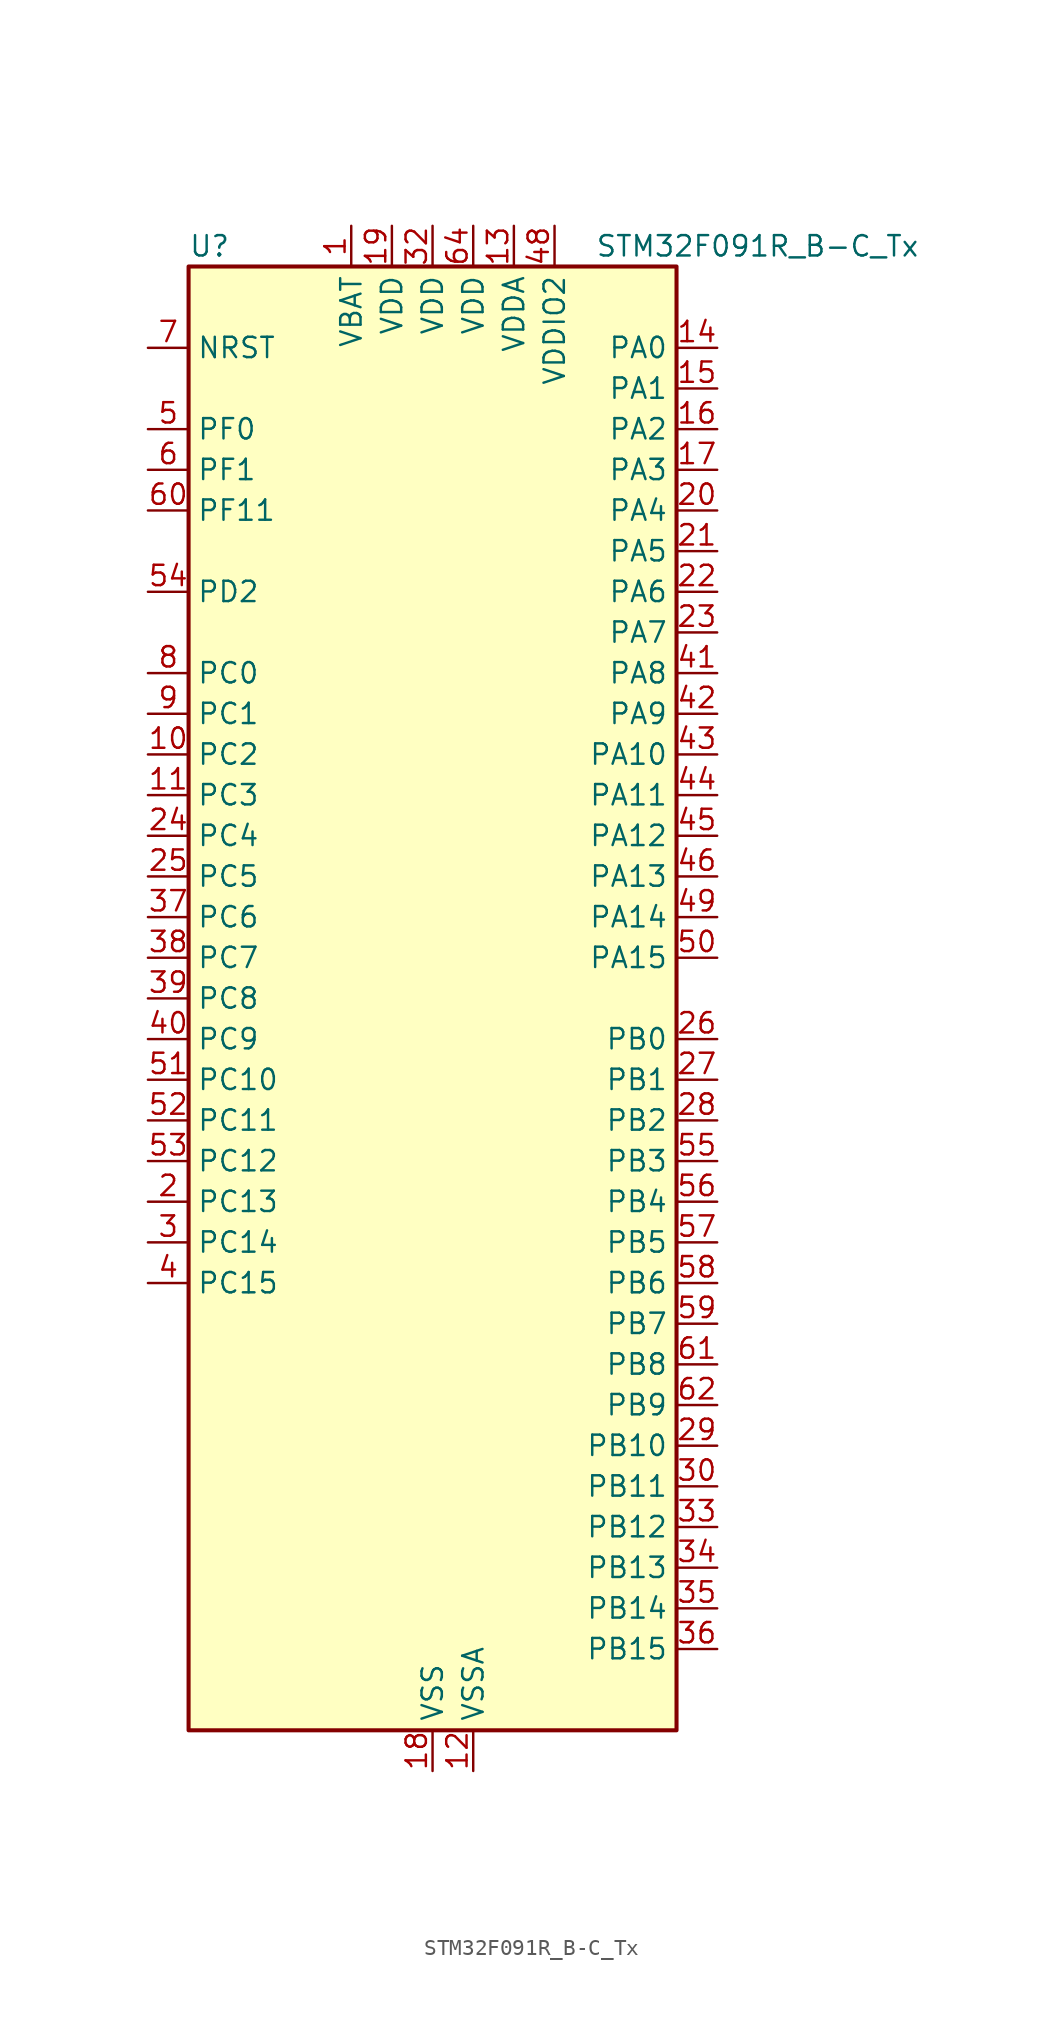
<source format=kicad_sym>
(kicad_symbol_lib
  (version 20241209)
  (generator "kicad_symbol_editor")
  (generator_version "9.0")
  (symbol "STM32F091R_B-C_Tx"
    (property "Reference" "U"
      (at -15.24 46.99 0)
      (effects (font (size 1.27 1.27)) (justify left)))
    (property "Value" "STM32F091R_B-C_Tx"
      (at 10.16 46.99 0)
      (effects (font (size 1.27 1.27)) (justify left)))
    (symbol "STM32F091R_B-C_Tx_0_1"
      (rectangle (start -15.24 -45.72) (end 15.24 45.72) (stroke (width 0.254) (type default)) (fill (type background))))
    (symbol "STM32F091R_B-C_Tx_1_1"
      (pin input line (at -17.78 40.64 0) (length 2.54) (name "NRST" (effects (font (size 1.27 1.27)))) (number "7" (effects (font (size 1.27 1.27)))))
      (pin bidirectional line (at -17.78 35.56 0) (length 2.54) (name "PF0" (effects (font (size 1.27 1.27)))) (number "5" (effects (font (size 1.27 1.27)))) (alternate "CRS_SYNC" bidirectional line) (alternate "I2C1_SDA" bidirectional line) (alternate "RCC_OSC_IN" bidirectional line))
      (pin bidirectional line (at -17.78 33.02 0) (length 2.54) (name "PF1" (effects (font (size 1.27 1.27)))) (number "6" (effects (font (size 1.27 1.27)))) (alternate "I2C1_SCL" bidirectional line) (alternate "RCC_OSC_OUT" bidirectional line))
      (pin bidirectional line (at -17.78 30.48 0) (length 2.54) (name "PF11" (effects (font (size 1.27 1.27)))) (number "60" (effects (font (size 1.27 1.27)))))
      (pin bidirectional line (at -17.78 25.4 0) (length 2.54) (name "PD2" (effects (font (size 1.27 1.27)))) (number "54" (effects (font (size 1.27 1.27)))) (alternate "TIM3_ETR" bidirectional line) (alternate "USART3_DE" bidirectional line) (alternate "USART3_RTS" bidirectional line) (alternate "USART5_RX" bidirectional line))
      (pin bidirectional line (at -17.78 20.32 0) (length 2.54) (name "PC0" (effects (font (size 1.27 1.27)))) (number "8" (effects (font (size 1.27 1.27)))) (alternate "ADC_IN10" bidirectional line) (alternate "USART6_TX" bidirectional line) (alternate "USART7_TX" bidirectional line))
      (pin bidirectional line (at -17.78 17.78 0) (length 2.54) (name "PC1" (effects (font (size 1.27 1.27)))) (number "9" (effects (font (size 1.27 1.27)))) (alternate "ADC_IN11" bidirectional line) (alternate "USART6_RX" bidirectional line) (alternate "USART7_RX" bidirectional line))
      (pin bidirectional line (at -17.78 15.24 0) (length 2.54) (name "PC2" (effects (font (size 1.27 1.27)))) (number "10" (effects (font (size 1.27 1.27)))) (alternate "ADC_IN12" bidirectional line) (alternate "I2S2_MCK" bidirectional line) (alternate "SPI2_MISO" bidirectional line) (alternate "USART8_TX" bidirectional line))
      (pin bidirectional line (at -17.78 12.7 0) (length 2.54) (name "PC3" (effects (font (size 1.27 1.27)))) (number "11" (effects (font (size 1.27 1.27)))) (alternate "ADC_IN13" bidirectional line) (alternate "I2S2_SD" bidirectional line) (alternate "SPI2_MOSI" bidirectional line) (alternate "USART8_RX" bidirectional line))
      (pin bidirectional line (at -17.78 10.16 0) (length 2.54) (name "PC4" (effects (font (size 1.27 1.27)))) (number "24" (effects (font (size 1.27 1.27)))) (alternate "ADC_IN14" bidirectional line) (alternate "USART3_TX" bidirectional line))
      (pin bidirectional line (at -17.78 7.62 0) (length 2.54) (name "PC5" (effects (font (size 1.27 1.27)))) (number "25" (effects (font (size 1.27 1.27)))) (alternate "ADC_IN15" bidirectional line) (alternate "SYS_WKUP5" bidirectional line) (alternate "TSC_G3_IO1" bidirectional line) (alternate "USART3_RX" bidirectional line))
      (pin bidirectional line (at -17.78 5.08 0) (length 2.54) (name "PC6" (effects (font (size 1.27 1.27)))) (number "37" (effects (font (size 1.27 1.27)))) (alternate "TIM3_CH1" bidirectional line) (alternate "USART7_TX" bidirectional line))
      (pin bidirectional line (at -17.78 2.54 0) (length 2.54) (name "PC7" (effects (font (size 1.27 1.27)))) (number "38" (effects (font (size 1.27 1.27)))) (alternate "TIM3_CH2" bidirectional line) (alternate "USART7_RX" bidirectional line))
      (pin bidirectional line (at -17.78 0 0) (length 2.54) (name "PC8" (effects (font (size 1.27 1.27)))) (number "39" (effects (font (size 1.27 1.27)))) (alternate "TIM3_CH3" bidirectional line) (alternate "USART8_TX" bidirectional line))
      (pin bidirectional line (at -17.78 -2.54 0) (length 2.54) (name "PC9" (effects (font (size 1.27 1.27)))) (number "40" (effects (font (size 1.27 1.27)))) (alternate "DAC_EXTI9" bidirectional line) (alternate "TIM3_CH4" bidirectional line) (alternate "USART8_RX" bidirectional line))
      (pin bidirectional line (at -17.78 -5.08 0) (length 2.54) (name "PC10" (effects (font (size 1.27 1.27)))) (number "51" (effects (font (size 1.27 1.27)))) (alternate "USART3_TX" bidirectional line) (alternate "USART4_TX" bidirectional line))
      (pin bidirectional line (at -17.78 -7.62 0) (length 2.54) (name "PC11" (effects (font (size 1.27 1.27)))) (number "52" (effects (font (size 1.27 1.27)))) (alternate "USART3_RX" bidirectional line) (alternate "USART4_RX" bidirectional line))
      (pin bidirectional line (at -17.78 -10.16 0) (length 2.54) (name "PC12" (effects (font (size 1.27 1.27)))) (number "53" (effects (font (size 1.27 1.27)))) (alternate "USART3_CK" bidirectional line) (alternate "USART4_CK" bidirectional line) (alternate "USART5_TX" bidirectional line))
      (pin bidirectional line (at -17.78 -12.7 0) (length 2.54) (name "PC13" (effects (font (size 1.27 1.27)))) (number "2" (effects (font (size 1.27 1.27)))) (alternate "RTC_OUT_ALARM" bidirectional line) (alternate "RTC_OUT_CALIB" bidirectional line) (alternate "RTC_TAMP1" bidirectional line) (alternate "RTC_TS" bidirectional line) (alternate "SYS_WKUP2" bidirectional line))
      (pin bidirectional line (at -17.78 -15.24 0) (length 2.54) (name "PC14" (effects (font (size 1.27 1.27)))) (number "3" (effects (font (size 1.27 1.27)))) (alternate "RCC_OSC32_IN" bidirectional line))
      (pin bidirectional line (at -17.78 -17.78 0) (length 2.54) (name "PC15" (effects (font (size 1.27 1.27)))) (number "4" (effects (font (size 1.27 1.27)))) (alternate "RCC_OSC32_OUT" bidirectional line))
      (pin power_in line (at -5.08 48.26 270) (length 2.54) (name "VBAT" (effects (font (size 1.27 1.27)))) (number "1" (effects (font (size 1.27 1.27)))))
      (pin power_in line (at -2.54 48.26 270) (length 2.54) (name "VDD" (effects (font (size 1.27 1.27)))) (number "19" (effects (font (size 1.27 1.27)))))
      (pin power_in line (at 0 48.26 270) (length 2.54) (name "VDD" (effects (font (size 1.27 1.27)))) (number "32" (effects (font (size 1.27 1.27)))))
      (pin power_in line (at 0 -48.26 90) (length 2.54) (name "VSS" (effects (font (size 1.27 1.27)))) (number "18" (effects (font (size 1.27 1.27)))))
      (pin passive line (at 0 -48.26 90) (length 2.54) (hide yes) (name "VSS" (effects (font (size 1.27 1.27)))) (number "31" (effects (font (size 1.27 1.27)))))
      (pin passive line (at 0 -48.26 90) (length 2.54) (hide yes) (name "VSS" (effects (font (size 1.27 1.27)))) (number "47" (effects (font (size 1.27 1.27)))))
      (pin passive line (at 0 -48.26 90) (length 2.54) (hide yes) (name "VSS" (effects (font (size 1.27 1.27)))) (number "63" (effects (font (size 1.27 1.27)))))
      (pin power_in line (at 2.54 48.26 270) (length 2.54) (name "VDD" (effects (font (size 1.27 1.27)))) (number "64" (effects (font (size 1.27 1.27)))))
      (pin power_in line (at 2.54 -48.26 90) (length 2.54) (name "VSSA" (effects (font (size 1.27 1.27)))) (number "12" (effects (font (size 1.27 1.27)))))
      (pin power_in line (at 5.08 48.26 270) (length 2.54) (name "VDDA" (effects (font (size 1.27 1.27)))) (number "13" (effects (font (size 1.27 1.27)))))
      (pin power_in line (at 7.62 48.26 270) (length 2.54) (name "VDDIO2" (effects (font (size 1.27 1.27)))) (number "48" (effects (font (size 1.27 1.27)))))
      (pin bidirectional line (at 17.78 40.64 180) (length 2.54) (name "PA0" (effects (font (size 1.27 1.27)))) (number "14" (effects (font (size 1.27 1.27)))) (alternate "ADC_IN0" bidirectional line) (alternate "COMP1_INM" bidirectional line) (alternate "COMP1_OUT" bidirectional line) (alternate "RTC_TAMP2" bidirectional line) (alternate "SYS_WKUP1" bidirectional line) (alternate "TIM2_CH1" bidirectional line) (alternate "TIM2_ETR" bidirectional line) (alternate "TSC_G1_IO1" bidirectional line) (alternate "USART2_CTS" bidirectional line) (alternate "USART4_TX" bidirectional line))
      (pin bidirectional line (at 17.78 38.1 180) (length 2.54) (name "PA1" (effects (font (size 1.27 1.27)))) (number "15" (effects (font (size 1.27 1.27)))) (alternate "ADC_IN1" bidirectional line) (alternate "COMP1_INP" bidirectional line) (alternate "TIM15_CH1N" bidirectional line) (alternate "TIM2_CH2" bidirectional line) (alternate "TSC_G1_IO2" bidirectional line) (alternate "USART2_DE" bidirectional line) (alternate "USART2_RTS" bidirectional line) (alternate "USART4_RX" bidirectional line))
      (pin bidirectional line (at 17.78 35.56 180) (length 2.54) (name "PA2" (effects (font (size 1.27 1.27)))) (number "16" (effects (font (size 1.27 1.27)))) (alternate "ADC_IN2" bidirectional line) (alternate "COMP2_INM" bidirectional line) (alternate "COMP2_OUT" bidirectional line) (alternate "SYS_WKUP4" bidirectional line) (alternate "TIM15_CH1" bidirectional line) (alternate "TIM2_CH3" bidirectional line) (alternate "TSC_G1_IO3" bidirectional line) (alternate "USART2_TX" bidirectional line))
      (pin bidirectional line (at 17.78 33.02 180) (length 2.54) (name "PA3" (effects (font (size 1.27 1.27)))) (number "17" (effects (font (size 1.27 1.27)))) (alternate "ADC_IN3" bidirectional line) (alternate "COMP2_INP" bidirectional line) (alternate "TIM15_CH2" bidirectional line) (alternate "TIM2_CH4" bidirectional line) (alternate "TSC_G1_IO4" bidirectional line) (alternate "USART2_RX" bidirectional line))
      (pin bidirectional line (at 17.78 30.48 180) (length 2.54) (name "PA4" (effects (font (size 1.27 1.27)))) (number "20" (effects (font (size 1.27 1.27)))) (alternate "ADC_IN4" bidirectional line) (alternate "COMP1_INM" bidirectional line) (alternate "COMP2_INM" bidirectional line) (alternate "DAC_OUT1" bidirectional line) (alternate "I2S1_WS" bidirectional line) (alternate "SPI1_NSS" bidirectional line) (alternate "TIM14_CH1" bidirectional line) (alternate "TSC_G2_IO1" bidirectional line) (alternate "USART2_CK" bidirectional line) (alternate "USART6_TX" bidirectional line))
      (pin bidirectional line (at 17.78 27.94 180) (length 2.54) (name "PA5" (effects (font (size 1.27 1.27)))) (number "21" (effects (font (size 1.27 1.27)))) (alternate "ADC_IN5" bidirectional line) (alternate "CEC" bidirectional line) (alternate "COMP1_INM" bidirectional line) (alternate "COMP2_INM" bidirectional line) (alternate "DAC_OUT2" bidirectional line) (alternate "I2S1_CK" bidirectional line) (alternate "SPI1_SCK" bidirectional line) (alternate "TIM2_CH1" bidirectional line) (alternate "TIM2_ETR" bidirectional line) (alternate "TSC_G2_IO2" bidirectional line) (alternate "USART6_RX" bidirectional line))
      (pin bidirectional line (at 17.78 25.4 180) (length 2.54) (name "PA6" (effects (font (size 1.27 1.27)))) (number "22" (effects (font (size 1.27 1.27)))) (alternate "ADC_IN6" bidirectional line) (alternate "COMP1_OUT" bidirectional line) (alternate "I2S1_MCK" bidirectional line) (alternate "SPI1_MISO" bidirectional line) (alternate "TIM16_CH1" bidirectional line) (alternate "TIM1_BKIN" bidirectional line) (alternate "TIM3_CH1" bidirectional line) (alternate "TSC_G2_IO3" bidirectional line) (alternate "USART3_CTS" bidirectional line))
      (pin bidirectional line (at 17.78 22.86 180) (length 2.54) (name "PA7" (effects (font (size 1.27 1.27)))) (number "23" (effects (font (size 1.27 1.27)))) (alternate "ADC_IN7" bidirectional line) (alternate "COMP2_OUT" bidirectional line) (alternate "I2S1_SD" bidirectional line) (alternate "SPI1_MOSI" bidirectional line) (alternate "TIM14_CH1" bidirectional line) (alternate "TIM17_CH1" bidirectional line) (alternate "TIM1_CH1N" bidirectional line) (alternate "TIM3_CH2" bidirectional line) (alternate "TSC_G2_IO4" bidirectional line))
      (pin bidirectional line (at 17.78 20.32 180) (length 2.54) (name "PA8" (effects (font (size 1.27 1.27)))) (number "41" (effects (font (size 1.27 1.27)))) (alternate "CRS_SYNC" bidirectional line) (alternate "RCC_MCO" bidirectional line) (alternate "TIM1_CH1" bidirectional line) (alternate "USART1_CK" bidirectional line))
      (pin bidirectional line (at 17.78 17.78 180) (length 2.54) (name "PA9" (effects (font (size 1.27 1.27)))) (number "42" (effects (font (size 1.27 1.27)))) (alternate "DAC_EXTI9" bidirectional line) (alternate "I2C1_SCL" bidirectional line) (alternate "RCC_MCO" bidirectional line) (alternate "TIM15_BKIN" bidirectional line) (alternate "TIM1_CH2" bidirectional line) (alternate "TSC_G4_IO1" bidirectional line) (alternate "USART1_TX" bidirectional line))
      (pin bidirectional line (at 17.78 15.24 180) (length 2.54) (name "PA10" (effects (font (size 1.27 1.27)))) (number "43" (effects (font (size 1.27 1.27)))) (alternate "I2C1_SDA" bidirectional line) (alternate "TIM17_BKIN" bidirectional line) (alternate "TIM1_CH3" bidirectional line) (alternate "TSC_G4_IO2" bidirectional line) (alternate "USART1_RX" bidirectional line))
      (pin bidirectional line (at 17.78 12.7 180) (length 2.54) (name "PA11" (effects (font (size 1.27 1.27)))) (number "44" (effects (font (size 1.27 1.27)))) (alternate "CAN_RX" bidirectional line) (alternate "COMP1_OUT" bidirectional line) (alternate "I2C2_SCL" bidirectional line) (alternate "TIM1_CH4" bidirectional line) (alternate "TSC_G4_IO3" bidirectional line) (alternate "USART1_CTS" bidirectional line))
      (pin bidirectional line (at 17.78 10.16 180) (length 2.54) (name "PA12" (effects (font (size 1.27 1.27)))) (number "45" (effects (font (size 1.27 1.27)))) (alternate "CAN_TX" bidirectional line) (alternate "COMP2_OUT" bidirectional line) (alternate "I2C2_SDA" bidirectional line) (alternate "TIM1_ETR" bidirectional line) (alternate "TSC_G4_IO4" bidirectional line) (alternate "USART1_DE" bidirectional line) (alternate "USART1_RTS" bidirectional line))
      (pin bidirectional line (at 17.78 7.62 180) (length 2.54) (name "PA13" (effects (font (size 1.27 1.27)))) (number "46" (effects (font (size 1.27 1.27)))) (alternate "IR_OUT" bidirectional line) (alternate "SYS_SWDIO" bidirectional line))
      (pin bidirectional line (at 17.78 5.08 180) (length 2.54) (name "PA14" (effects (font (size 1.27 1.27)))) (number "49" (effects (font (size 1.27 1.27)))) (alternate "SYS_SWCLK" bidirectional line) (alternate "USART2_TX" bidirectional line))
      (pin bidirectional line (at 17.78 2.54 180) (length 2.54) (name "PA15" (effects (font (size 1.27 1.27)))) (number "50" (effects (font (size 1.27 1.27)))) (alternate "I2S1_WS" bidirectional line) (alternate "SPI1_NSS" bidirectional line) (alternate "TIM2_CH1" bidirectional line) (alternate "TIM2_ETR" bidirectional line) (alternate "USART2_RX" bidirectional line) (alternate "USART4_DE" bidirectional line) (alternate "USART4_RTS" bidirectional line))
      (pin bidirectional line (at 17.78 -2.54 180) (length 2.54) (name "PB0" (effects (font (size 1.27 1.27)))) (number "26" (effects (font (size 1.27 1.27)))) (alternate "ADC_IN8" bidirectional line) (alternate "TIM1_CH2N" bidirectional line) (alternate "TIM3_CH3" bidirectional line) (alternate "TSC_G3_IO2" bidirectional line) (alternate "USART3_CK" bidirectional line))
      (pin bidirectional line (at 17.78 -5.08 180) (length 2.54) (name "PB1" (effects (font (size 1.27 1.27)))) (number "27" (effects (font (size 1.27 1.27)))) (alternate "ADC_IN9" bidirectional line) (alternate "TIM14_CH1" bidirectional line) (alternate "TIM1_CH3N" bidirectional line) (alternate "TIM3_CH4" bidirectional line) (alternate "TSC_G3_IO3" bidirectional line) (alternate "USART3_DE" bidirectional line) (alternate "USART3_RTS" bidirectional line))
      (pin bidirectional line (at 17.78 -7.62 180) (length 2.54) (name "PB2" (effects (font (size 1.27 1.27)))) (number "28" (effects (font (size 1.27 1.27)))) (alternate "TSC_G3_IO4" bidirectional line))
      (pin bidirectional line (at 17.78 -10.16 180) (length 2.54) (name "PB3" (effects (font (size 1.27 1.27)))) (number "55" (effects (font (size 1.27 1.27)))) (alternate "I2S1_CK" bidirectional line) (alternate "SPI1_SCK" bidirectional line) (alternate "TIM2_CH2" bidirectional line) (alternate "TSC_G5_IO1" bidirectional line) (alternate "USART5_TX" bidirectional line))
      (pin bidirectional line (at 17.78 -12.7 180) (length 2.54) (name "PB4" (effects (font (size 1.27 1.27)))) (number "56" (effects (font (size 1.27 1.27)))) (alternate "I2S1_MCK" bidirectional line) (alternate "SPI1_MISO" bidirectional line) (alternate "TIM17_BKIN" bidirectional line) (alternate "TIM3_CH1" bidirectional line) (alternate "TSC_G5_IO2" bidirectional line) (alternate "USART5_RX" bidirectional line))
      (pin bidirectional line (at 17.78 -15.24 180) (length 2.54) (name "PB5" (effects (font (size 1.27 1.27)))) (number "57" (effects (font (size 1.27 1.27)))) (alternate "I2C1_SMBA" bidirectional line) (alternate "I2S1_SD" bidirectional line) (alternate "SPI1_MOSI" bidirectional line) (alternate "SYS_WKUP6" bidirectional line) (alternate "TIM16_BKIN" bidirectional line) (alternate "TIM3_CH2" bidirectional line) (alternate "USART5_CK" bidirectional line) (alternate "USART5_DE" bidirectional line) (alternate "USART5_RTS" bidirectional line))
      (pin bidirectional line (at 17.78 -17.78 180) (length 2.54) (name "PB6" (effects (font (size 1.27 1.27)))) (number "58" (effects (font (size 1.27 1.27)))) (alternate "I2C1_SCL" bidirectional line) (alternate "TIM16_CH1N" bidirectional line) (alternate "TSC_G5_IO3" bidirectional line) (alternate "USART1_TX" bidirectional line))
      (pin bidirectional line (at 17.78 -20.32 180) (length 2.54) (name "PB7" (effects (font (size 1.27 1.27)))) (number "59" (effects (font (size 1.27 1.27)))) (alternate "I2C1_SDA" bidirectional line) (alternate "TIM17_CH1N" bidirectional line) (alternate "TSC_G5_IO4" bidirectional line) (alternate "USART1_RX" bidirectional line) (alternate "USART4_CTS" bidirectional line))
      (pin bidirectional line (at 17.78 -22.86 180) (length 2.54) (name "PB8" (effects (font (size 1.27 1.27)))) (number "61" (effects (font (size 1.27 1.27)))) (alternate "CAN_RX" bidirectional line) (alternate "CEC" bidirectional line) (alternate "I2C1_SCL" bidirectional line) (alternate "TIM16_CH1" bidirectional line) (alternate "TSC_SYNC" bidirectional line))
      (pin bidirectional line (at 17.78 -25.4 180) (length 2.54) (name "PB9" (effects (font (size 1.27 1.27)))) (number "62" (effects (font (size 1.27 1.27)))) (alternate "CAN_TX" bidirectional line) (alternate "DAC_EXTI9" bidirectional line) (alternate "I2C1_SDA" bidirectional line) (alternate "I2S2_WS" bidirectional line) (alternate "IR_OUT" bidirectional line) (alternate "SPI2_NSS" bidirectional line) (alternate "TIM17_CH1" bidirectional line))
      (pin bidirectional line (at 17.78 -27.94 180) (length 2.54) (name "PB10" (effects (font (size 1.27 1.27)))) (number "29" (effects (font (size 1.27 1.27)))) (alternate "CEC" bidirectional line) (alternate "I2C2_SCL" bidirectional line) (alternate "I2S2_CK" bidirectional line) (alternate "SPI2_SCK" bidirectional line) (alternate "TIM2_CH3" bidirectional line) (alternate "TSC_SYNC" bidirectional line) (alternate "USART3_TX" bidirectional line))
      (pin bidirectional line (at 17.78 -30.48 180) (length 2.54) (name "PB11" (effects (font (size 1.27 1.27)))) (number "30" (effects (font (size 1.27 1.27)))) (alternate "I2C2_SDA" bidirectional line) (alternate "TIM2_CH4" bidirectional line) (alternate "TSC_G6_IO1" bidirectional line) (alternate "USART3_RX" bidirectional line))
      (pin bidirectional line (at 17.78 -33.02 180) (length 2.54) (name "PB12" (effects (font (size 1.27 1.27)))) (number "33" (effects (font (size 1.27 1.27)))) (alternate "I2S2_WS" bidirectional line) (alternate "SPI2_NSS" bidirectional line) (alternate "TIM15_BKIN" bidirectional line) (alternate "TIM1_BKIN" bidirectional line) (alternate "TSC_G6_IO2" bidirectional line) (alternate "USART3_CK" bidirectional line))
      (pin bidirectional line (at 17.78 -35.56 180) (length 2.54) (name "PB13" (effects (font (size 1.27 1.27)))) (number "34" (effects (font (size 1.27 1.27)))) (alternate "I2C2_SCL" bidirectional line) (alternate "I2S2_CK" bidirectional line) (alternate "SPI2_SCK" bidirectional line) (alternate "TIM1_CH1N" bidirectional line) (alternate "TSC_G6_IO3" bidirectional line) (alternate "USART3_CTS" bidirectional line))
      (pin bidirectional line (at 17.78 -38.1 180) (length 2.54) (name "PB14" (effects (font (size 1.27 1.27)))) (number "35" (effects (font (size 1.27 1.27)))) (alternate "I2C2_SDA" bidirectional line) (alternate "I2S2_MCK" bidirectional line) (alternate "SPI2_MISO" bidirectional line) (alternate "TIM15_CH1" bidirectional line) (alternate "TIM1_CH2N" bidirectional line) (alternate "TSC_G6_IO4" bidirectional line) (alternate "USART3_DE" bidirectional line) (alternate "USART3_RTS" bidirectional line))
      (pin bidirectional line (at 17.78 -40.64 180) (length 2.54) (name "PB15" (effects (font (size 1.27 1.27)))) (number "36" (effects (font (size 1.27 1.27)))) (alternate "I2S2_SD" bidirectional line) (alternate "RTC_REFIN" bidirectional line) (alternate "SPI2_MOSI" bidirectional line) (alternate "SYS_WKUP7" bidirectional line) (alternate "TIM15_CH1N" bidirectional line) (alternate "TIM15_CH2" bidirectional line) (alternate "TIM1_CH3N" bidirectional line)))))
</source>
